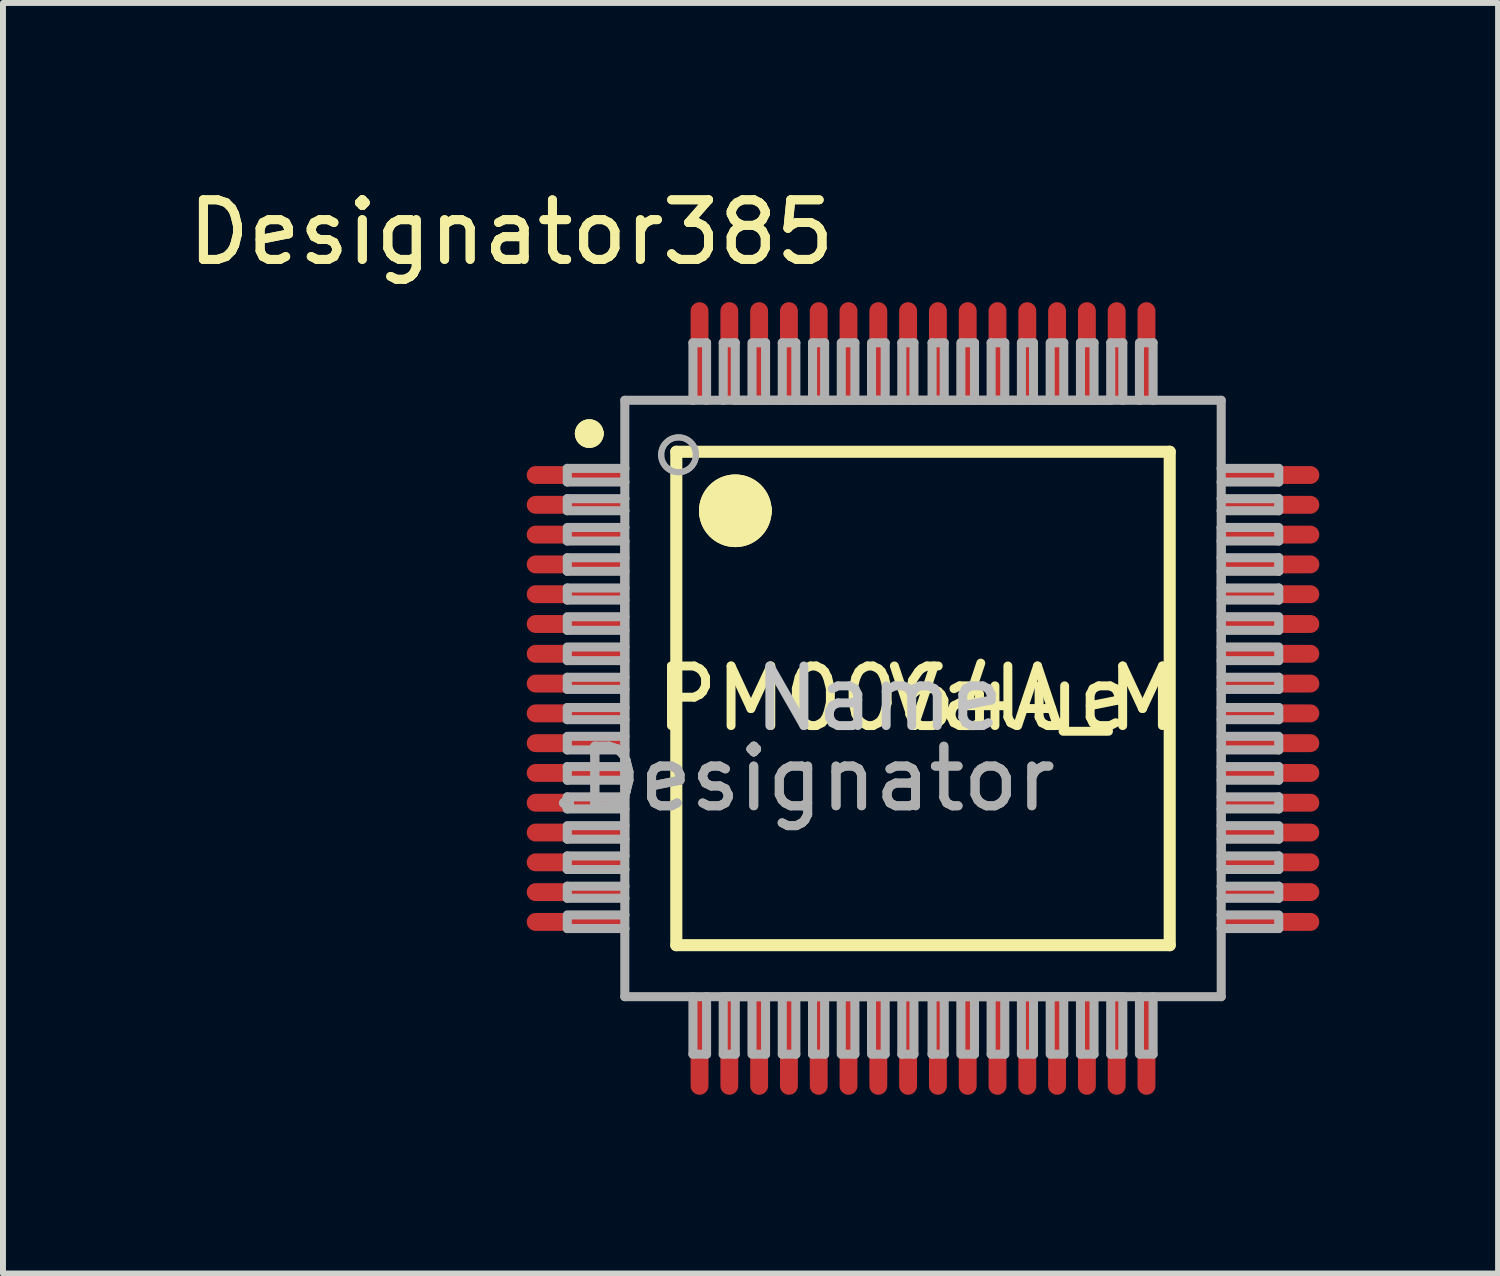
<source format=kicad_pcb>
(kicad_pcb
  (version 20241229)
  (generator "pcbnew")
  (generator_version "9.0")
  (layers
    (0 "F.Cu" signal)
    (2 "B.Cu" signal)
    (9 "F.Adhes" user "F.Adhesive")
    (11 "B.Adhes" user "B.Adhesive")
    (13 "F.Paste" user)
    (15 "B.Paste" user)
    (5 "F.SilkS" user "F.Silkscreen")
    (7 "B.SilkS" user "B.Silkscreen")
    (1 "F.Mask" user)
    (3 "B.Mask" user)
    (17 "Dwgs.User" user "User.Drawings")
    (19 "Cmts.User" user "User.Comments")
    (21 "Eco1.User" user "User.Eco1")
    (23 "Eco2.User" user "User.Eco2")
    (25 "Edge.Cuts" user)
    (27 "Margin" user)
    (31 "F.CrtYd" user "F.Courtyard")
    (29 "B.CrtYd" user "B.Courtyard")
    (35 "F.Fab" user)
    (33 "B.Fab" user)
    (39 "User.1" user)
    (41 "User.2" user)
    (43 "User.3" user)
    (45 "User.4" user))
  (footprint "PM0064A_M"
    (layer "F.Cu")
    (at 12.439 8.671)
    (property "Reference" "PM0064A_M" (at -0.102 0 0) (layer "F.SilkS") (effects (font (size 1 1) (thickness 0.15))))
    (attr smd)
    (fp_line (start -4.14 -4.14) (end 4.14 -4.14) (stroke (width 0.203) (type solid)) (layer "F.SilkS"))
    (fp_line (start -4.14 4.14) (end -4.14 -4.14) (stroke (width 0.203) (type solid)) (layer "F.SilkS"))
    (fp_line (start -4.14 4.14) (end 4.14 4.14) (stroke (width 0.203) (type solid)) (layer "F.SilkS"))
    (fp_line (start 4.14 4.14) (end 4.14 -4.14) (stroke (width 0.203) (type solid)) (layer "F.SilkS"))
    (fp_arc (start -5.715 -4.445) (mid -5.6007 -4.5593) (end -5.4864 -4.445) (stroke (width 0.254) (type solid)) (layer "F.SilkS"))
    (fp_arc (start -5.715 -4.445) (mid -5.6007 -4.5593) (end -5.4864 -4.445) (stroke (width 0.254) (type solid)) (layer "F.SilkS"))
    (fp_arc (start -5.4864 -4.445) (mid -5.6007 -4.3307) (end -5.715 -4.445) (stroke (width 0.254) (type solid)) (layer "F.SilkS"))
    (fp_arc (start -5.4864 -4.445) (mid -5.6007 -4.3307) (end -5.715 -4.445) (stroke (width 0.254) (type solid)) (layer "F.SilkS"))
    (fp_arc (start -3.4544 -3.1496) (mid -3.1496 -3.4544) (end -2.8448 -3.1496) (stroke (width 0.6096) (type solid)) (layer "F.SilkS"))
    (fp_arc (start -3.4544 -3.1496) (mid -3.1496 -3.4544) (end -2.8448 -3.1496) (stroke (width 0.6096) (type solid)) (layer "F.SilkS"))
    (fp_arc (start -2.8448 -3.1496) (mid -3.1496 -2.8448) (end -3.4544 -3.1496) (stroke (width 0.6096) (type solid)) (layer "F.SilkS"))
    (fp_arc (start -2.8448 -3.1496) (mid -3.1496 -2.8448) (end -3.4544 -3.1496) (stroke (width 0.6096) (type solid)) (layer "F.SilkS"))
    (fp_line (start -5.969 -3.861) (end -5.004 -3.861) (stroke (width 0.152) (type solid)) (layer "F.Fab"))
    (fp_line (start -5.969 -3.632) (end -5.969 -3.861) (stroke (width 0.152) (type solid)) (layer "F.Fab"))
    (fp_line (start -5.969 -3.632) (end -5.004 -3.632) (stroke (width 0.152) (type solid)) (layer "F.Fab"))
    (fp_line (start -5.969 -3.353) (end -5.004 -3.353) (stroke (width 0.152) (type solid)) (layer "F.Fab"))
    (fp_line (start -5.969 -3.15) (end -5.969 -3.353) (stroke (width 0.152) (type solid)) (layer "F.Fab"))
    (fp_line (start -5.969 -3.15) (end -5.004 -3.15) (stroke (width 0.152) (type solid)) (layer "F.Fab"))
    (fp_line (start -5.969 -2.87) (end -5.004 -2.87) (stroke (width 0.152) (type solid)) (layer "F.Fab"))
    (fp_line (start -5.969 -2.642) (end -5.969 -2.845) (stroke (width 0.152) (type solid)) (layer "F.Fab"))
    (fp_line (start -5.969 -2.642) (end -5.004 -2.642) (stroke (width 0.152) (type solid)) (layer "F.Fab"))
    (fp_line (start -5.969 -2.362) (end -5.004 -2.362) (stroke (width 0.152) (type solid)) (layer "F.Fab"))
    (fp_line (start -5.969 -2.134) (end -5.969 -2.362) (stroke (width 0.152) (type solid)) (layer "F.Fab"))
    (fp_line (start -5.969 -2.134) (end -5.004 -2.134) (stroke (width 0.152) (type solid)) (layer "F.Fab"))
    (fp_line (start -5.969 -1.854) (end -5.004 -1.854) (stroke (width 0.152) (type solid)) (layer "F.Fab"))
    (fp_line (start -5.969 -1.651) (end -5.969 -1.854) (stroke (width 0.152) (type solid)) (layer "F.Fab"))
    (fp_line (start -5.969 -1.651) (end -5.004 -1.651) (stroke (width 0.152) (type solid)) (layer "F.Fab"))
    (fp_line (start -5.969 -1.372) (end -5.004 -1.372) (stroke (width 0.152) (type solid)) (layer "F.Fab"))
    (fp_line (start -5.969 -1.143) (end -5.969 -1.346) (stroke (width 0.152) (type solid)) (layer "F.Fab"))
    (fp_line (start -5.969 -1.143) (end -5.004 -1.143) (stroke (width 0.152) (type solid)) (layer "F.Fab"))
    (fp_line (start -5.969 -0.864) (end -5.004 -0.864) (stroke (width 0.152) (type solid)) (layer "F.Fab"))
    (fp_line (start -5.969 -0.635) (end -5.969 -0.838) (stroke (width 0.152) (type solid)) (layer "F.Fab"))
    (fp_line (start -5.969 -0.635) (end -5.004 -0.635) (stroke (width 0.152) (type solid)) (layer "F.Fab"))
    (fp_line (start -5.969 -0.356) (end -5.004 -0.356) (stroke (width 0.152) (type solid)) (layer "F.Fab"))
    (fp_line (start -5.969 -0.152) (end -5.969 -0.356) (stroke (width 0.152) (type solid)) (layer "F.Fab"))
    (fp_line (start -5.969 -0.152) (end -5.004 -0.152) (stroke (width 0.152) (type solid)) (layer "F.Fab"))
    (fp_line (start -5.969 0.152) (end -5.004 0.152) (stroke (width 0.152) (type solid)) (layer "F.Fab"))
    (fp_line (start -5.969 0.356) (end -5.969 0.152) (stroke (width 0.152) (type solid)) (layer "F.Fab"))
    (fp_line (start -5.969 0.356) (end -5.004 0.356) (stroke (width 0.152) (type solid)) (layer "F.Fab"))
    (fp_line (start -5.969 0.635) (end -5.004 0.635) (stroke (width 0.152) (type solid)) (layer "F.Fab"))
    (fp_line (start -5.969 0.864) (end -5.969 0.66) (stroke (width 0.152) (type solid)) (layer "F.Fab"))
    (fp_line (start -5.969 0.864) (end -5.004 0.864) (stroke (width 0.152) (type solid)) (layer "F.Fab"))
    (fp_line (start -5.969 1.143) (end -5.004 1.143) (stroke (width 0.152) (type solid)) (layer "F.Fab"))
    (fp_line (start -5.969 1.372) (end -5.969 1.143) (stroke (width 0.152) (type solid)) (layer "F.Fab"))
    (fp_line (start -5.969 1.372) (end -5.004 1.372) (stroke (width 0.152) (type solid)) (layer "F.Fab"))
    (fp_line (start -5.969 1.651) (end -5.004 1.651) (stroke (width 0.152) (type solid)) (layer "F.Fab"))
    (fp_line (start -5.969 1.854) (end -5.969 1.651) (stroke (width 0.152) (type solid)) (layer "F.Fab"))
    (fp_line (start -5.969 1.854) (end -5.004 1.854) (stroke (width 0.152) (type solid)) (layer "F.Fab"))
    (fp_line (start -5.969 2.134) (end -5.004 2.134) (stroke (width 0.152) (type solid)) (layer "F.Fab"))
    (fp_line (start -5.969 2.362) (end -5.969 2.159) (stroke (width 0.152) (type solid)) (layer "F.Fab"))
    (fp_line (start -5.969 2.362) (end -5.004 2.362) (stroke (width 0.152) (type solid)) (layer "F.Fab"))
    (fp_line (start -5.969 2.642) (end -5.004 2.642) (stroke (width 0.152) (type solid)) (layer "F.Fab"))
    (fp_line (start -5.969 2.87) (end -5.969 2.642) (stroke (width 0.152) (type solid)) (layer "F.Fab"))
    (fp_line (start -5.969 2.87) (end -5.004 2.87) (stroke (width 0.152) (type solid)) (layer "F.Fab"))
    (fp_line (start -5.969 3.15) (end -5.004 3.15) (stroke (width 0.152) (type solid)) (layer "F.Fab"))
    (fp_line (start -5.969 3.353) (end -5.969 3.15) (stroke (width 0.152) (type solid)) (layer "F.Fab"))
    (fp_line (start -5.969 3.353) (end -5.004 3.353) (stroke (width 0.152) (type solid)) (layer "F.Fab"))
    (fp_line (start -5.969 3.632) (end -5.004 3.632) (stroke (width 0.152) (type solid)) (layer "F.Fab"))
    (fp_line (start -5.969 3.861) (end -5.969 3.658) (stroke (width 0.152) (type solid)) (layer "F.Fab"))
    (fp_line (start -5.969 3.861) (end -5.004 3.861) (stroke (width 0.152) (type solid)) (layer "F.Fab"))
    (fp_line (start -5.004 -5.004) (end -3.861 -5.004) (stroke (width 0.152) (type solid)) (layer "F.Fab"))
    (fp_line (start -5.004 -3.861) (end -5.004 -5.004) (stroke (width 0.152) (type solid)) (layer "F.Fab"))
    (fp_line (start -5.004 -3.632) (end -5.004 -3.861) (stroke (width 0.152) (type solid)) (layer "F.Fab"))
    (fp_line (start -5.004 -3.353) (end -5.004 -3.632) (stroke (width 0.152) (type solid)) (layer "F.Fab"))
    (fp_line (start -5.004 -3.15) (end -5.004 -3.353) (stroke (width 0.152) (type solid)) (layer "F.Fab"))
    (fp_line (start -5.004 -2.87) (end -5.004 -3.15) (stroke (width 0.152) (type solid)) (layer "F.Fab"))
    (fp_line (start -5.004 -2.642) (end -5.004 -2.87) (stroke (width 0.152) (type solid)) (layer "F.Fab"))
    (fp_line (start -5.004 -2.362) (end -5.004 -2.642) (stroke (width 0.152) (type solid)) (layer "F.Fab"))
    (fp_line (start -5.004 -2.134) (end -5.004 -2.362) (stroke (width 0.152) (type solid)) (layer "F.Fab"))
    (fp_line (start -5.004 -1.854) (end -5.004 -2.134) (stroke (width 0.152) (type solid)) (layer "F.Fab"))
    (fp_line (start -5.004 -1.651) (end -5.004 -1.854) (stroke (width 0.152) (type solid)) (layer "F.Fab"))
    (fp_line (start -5.004 -1.372) (end -5.004 -1.651) (stroke (width 0.152) (type solid)) (layer "F.Fab"))
    (fp_line (start -5.004 -1.143) (end -5.004 -1.372) (stroke (width 0.152) (type solid)) (layer "F.Fab"))
    (fp_line (start -5.004 -0.864) (end -5.004 -1.143) (stroke (width 0.152) (type solid)) (layer "F.Fab"))
    (fp_line (start -5.004 -0.635) (end -5.004 -0.864) (stroke (width 0.152) (type solid)) (layer "F.Fab"))
    (fp_line (start -5.004 -0.356) (end -5.004 -0.635) (stroke (width 0.152) (type solid)) (layer "F.Fab"))
    (fp_line (start -5.004 -0.152) (end -5.004 -0.356) (stroke (width 0.152) (type solid)) (layer "F.Fab"))
    (fp_line (start -5.004 0.152) (end -5.004 -0.152) (stroke (width 0.152) (type solid)) (layer "F.Fab"))
    (fp_line (start -5.004 0.356) (end -5.004 0.152) (stroke (width 0.152) (type solid)) (layer "F.Fab"))
    (fp_line (start -5.004 0.635) (end -5.004 0.356) (stroke (width 0.152) (type solid)) (layer "F.Fab"))
    (fp_line (start -5.004 0.864) (end -5.004 0.635) (stroke (width 0.152) (type solid)) (layer "F.Fab"))
    (fp_line (start -5.004 1.143) (end -5.004 0.864) (stroke (width 0.152) (type solid)) (layer "F.Fab"))
    (fp_line (start -5.004 1.372) (end -5.004 1.143) (stroke (width 0.152) (type solid)) (layer "F.Fab"))
    (fp_line (start -5.004 1.651) (end -5.004 1.372) (stroke (width 0.152) (type solid)) (layer "F.Fab"))
    (fp_line (start -5.004 1.854) (end -5.004 1.651) (stroke (width 0.152) (type solid)) (layer "F.Fab"))
    (fp_line (start -5.004 2.134) (end -5.004 1.854) (stroke (width 0.152) (type solid)) (layer "F.Fab"))
    (fp_line (start -5.004 2.362) (end -5.004 2.134) (stroke (width 0.152) (type solid)) (layer "F.Fab"))
    (fp_line (start -5.004 2.642) (end -5.004 -2.642) (stroke (width 0.152) (type solid)) (layer "F.Fab"))
    (fp_line (start -5.004 2.642) (end -5.004 2.362) (stroke (width 0.152) (type solid)) (layer "F.Fab"))
    (fp_line (start -5.004 2.87) (end -5.004 2.642) (stroke (width 0.152) (type solid)) (layer "F.Fab"))
    (fp_line (start -5.004 3.15) (end -5.004 2.87) (stroke (width 0.152) (type solid)) (layer "F.Fab"))
    (fp_line (start -5.004 3.353) (end -5.004 3.15) (stroke (width 0.152) (type solid)) (layer "F.Fab"))
    (fp_line (start -5.004 3.632) (end -5.004 3.353) (stroke (width 0.152) (type solid)) (layer "F.Fab"))
    (fp_line (start -5.004 3.861) (end -5.004 3.632) (stroke (width 0.152) (type solid)) (layer "F.Fab"))
    (fp_line (start -5.004 5.004) (end -5.004 3.861) (stroke (width 0.152) (type solid)) (layer "F.Fab"))
    (fp_line (start -5.004 5.004) (end -3.861 5.004) (stroke (width 0.152) (type solid)) (layer "F.Fab"))
    (fp_line (start -3.861 -5.969) (end -3.632 -5.969) (stroke (width 0.152) (type solid)) (layer "F.Fab"))
    (fp_line (start -3.861 -5.004) (end -3.861 -5.969) (stroke (width 0.152) (type solid)) (layer "F.Fab"))
    (fp_line (start -3.861 -5.004) (end -3.632 -5.004) (stroke (width 0.152) (type solid)) (layer "F.Fab"))
    (fp_line (start -3.861 5.004) (end -3.632 5.004) (stroke (width 0.152) (type solid)) (layer "F.Fab"))
    (fp_line (start -3.861 5.969) (end -3.861 5.004) (stroke (width 0.152) (type solid)) (layer "F.Fab"))
    (fp_line (start -3.861 5.969) (end -3.632 5.969) (stroke (width 0.152) (type solid)) (layer "F.Fab"))
    (fp_line (start -3.632 -5.004) (end -3.632 -5.969) (stroke (width 0.152) (type solid)) (layer "F.Fab"))
    (fp_line (start -3.632 -5.004) (end -3.353 -5.004) (stroke (width 0.152) (type solid)) (layer "F.Fab"))
    (fp_line (start -3.632 5.004) (end -3.353 5.004) (stroke (width 0.152) (type solid)) (layer "F.Fab"))
    (fp_line (start -3.632 5.969) (end -3.632 5.004) (stroke (width 0.152) (type solid)) (layer "F.Fab"))
    (fp_line (start -3.353 -5.969) (end -3.15 -5.969) (stroke (width 0.152) (type solid)) (layer "F.Fab"))
    (fp_line (start -3.353 -5.004) (end -3.353 -5.969) (stroke (width 0.152) (type solid)) (layer "F.Fab"))
    (fp_line (start -3.353 -5.004) (end -3.15 -5.004) (stroke (width 0.152) (type solid)) (layer "F.Fab"))
    (fp_line (start -3.353 5.004) (end -3.15 5.004) (stroke (width 0.152) (type solid)) (layer "F.Fab"))
    (fp_line (start -3.353 5.004) (end 3.353 5.004) (stroke (width 0.152) (type solid)) (layer "F.Fab"))
    (fp_line (start -3.353 5.969) (end -3.353 5.004) (stroke (width 0.152) (type solid)) (layer "F.Fab"))
    (fp_line (start -3.353 5.969) (end -3.15 5.969) (stroke (width 0.152) (type solid)) (layer "F.Fab"))
    (fp_line (start -3.15 -5.004) (end -3.15 -5.969) (stroke (width 0.152) (type solid)) (layer "F.Fab"))
    (fp_line (start -3.15 -5.004) (end -2.87 -5.004) (stroke (width 0.152) (type solid)) (layer "F.Fab"))
    (fp_line (start -3.15 -5.004) (end 3.15 -5.004) (stroke (width 0.152) (type solid)) (layer "F.Fab"))
    (fp_line (start -3.15 5.004) (end -2.87 5.004) (stroke (width 0.152) (type solid)) (layer "F.Fab"))
    (fp_line (start -3.15 5.969) (end -3.15 5.004) (stroke (width 0.152) (type solid)) (layer "F.Fab"))
    (fp_line (start -2.87 -5.004) (end -2.87 -5.969) (stroke (width 0.152) (type solid)) (layer "F.Fab"))
    (fp_line (start -2.87 -5.004) (end -2.642 -5.004) (stroke (width 0.152) (type solid)) (layer "F.Fab"))
    (fp_line (start -2.87 5.004) (end -2.642 5.004) (stroke (width 0.152) (type solid)) (layer "F.Fab"))
    (fp_line (start -2.87 5.969) (end -2.87 5.004) (stroke (width 0.152) (type solid)) (layer "F.Fab"))
    (fp_line (start -2.845 -5.969) (end -2.642 -5.969) (stroke (width 0.152) (type solid)) (layer "F.Fab"))
    (fp_line (start -2.845 5.969) (end -2.642 5.969) (stroke (width 0.152) (type solid)) (layer "F.Fab"))
    (fp_line (start -2.642 -5.004) (end -2.642 -5.969) (stroke (width 0.152) (type solid)) (layer "F.Fab"))
    (fp_line (start -2.642 -5.004) (end -2.362 -5.004) (stroke (width 0.152) (type solid)) (layer "F.Fab"))
    (fp_line (start -2.642 5.004) (end -2.362 5.004) (stroke (width 0.152) (type solid)) (layer "F.Fab"))
    (fp_line (start -2.642 5.969) (end -2.642 5.004) (stroke (width 0.152) (type solid)) (layer "F.Fab"))
    (fp_line (start -2.362 -5.969) (end -2.134 -5.969) (stroke (width 0.152) (type solid)) (layer "F.Fab"))
    (fp_line (start -2.362 -5.004) (end -2.362 -5.969) (stroke (width 0.152) (type solid)) (layer "F.Fab"))
    (fp_line (start -2.362 -5.004) (end -2.134 -5.004) (stroke (width 0.152) (type solid)) (layer "F.Fab"))
    (fp_line (start -2.362 5.004) (end -2.134 5.004) (stroke (width 0.152) (type solid)) (layer "F.Fab"))
    (fp_line (start -2.362 5.969) (end -2.362 5.004) (stroke (width 0.152) (type solid)) (layer "F.Fab"))
    (fp_line (start -2.362 5.969) (end -2.134 5.969) (stroke (width 0.152) (type solid)) (layer "F.Fab"))
    (fp_line (start -2.134 -5.004) (end -2.134 -5.969) (stroke (width 0.152) (type solid)) (layer "F.Fab"))
    (fp_line (start -2.134 -5.004) (end -1.854 -5.004) (stroke (width 0.152) (type solid)) (layer "F.Fab"))
    (fp_line (start -2.134 5.004) (end -1.854 5.004) (stroke (width 0.152) (type solid)) (layer "F.Fab"))
    (fp_line (start -2.134 5.969) (end -2.134 5.004) (stroke (width 0.152) (type solid)) (layer "F.Fab"))
    (fp_line (start -1.854 -5.969) (end -1.651 -5.969) (stroke (width 0.152) (type solid)) (layer "F.Fab"))
    (fp_line (start -1.854 -5.004) (end -1.854 -5.969) (stroke (width 0.152) (type solid)) (layer "F.Fab"))
    (fp_line (start -1.854 -5.004) (end -1.651 -5.004) (stroke (width 0.152) (type solid)) (layer "F.Fab"))
    (fp_line (start -1.854 5.004) (end -1.651 5.004) (stroke (width 0.152) (type solid)) (layer "F.Fab"))
    (fp_line (start -1.854 5.969) (end -1.854 5.004) (stroke (width 0.152) (type solid)) (layer "F.Fab"))
    (fp_line (start -1.854 5.969) (end -1.651 5.969) (stroke (width 0.152) (type solid)) (layer "F.Fab"))
    (fp_line (start -1.651 -5.004) (end -1.651 -5.969) (stroke (width 0.152) (type solid)) (layer "F.Fab"))
    (fp_line (start -1.651 -5.004) (end -1.372 -5.004) (stroke (width 0.152) (type solid)) (layer "F.Fab"))
    (fp_line (start -1.651 5.004) (end -1.372 5.004) (stroke (width 0.152) (type solid)) (layer "F.Fab"))
    (fp_line (start -1.651 5.969) (end -1.651 5.004) (stroke (width 0.152) (type solid)) (layer "F.Fab"))
    (fp_line (start -1.372 -5.004) (end -1.372 -5.969) (stroke (width 0.152) (type solid)) (layer "F.Fab"))
    (fp_line (start -1.372 -5.004) (end -1.143 -5.004) (stroke (width 0.152) (type solid)) (layer "F.Fab"))
    (fp_line (start -1.372 5.004) (end -1.143 5.004) (stroke (width 0.152) (type solid)) (layer "F.Fab"))
    (fp_line (start -1.372 5.969) (end -1.372 5.004) (stroke (width 0.152) (type solid)) (layer "F.Fab"))
    (fp_line (start -1.346 -5.969) (end -1.143 -5.969) (stroke (width 0.152) (type solid)) (layer "F.Fab"))
    (fp_line (start -1.346 5.969) (end -1.143 5.969) (stroke (width 0.152) (type solid)) (layer "F.Fab"))
    (fp_line (start -1.143 -5.004) (end -1.143 -5.969) (stroke (width 0.152) (type solid)) (layer "F.Fab"))
    (fp_line (start -1.143 -5.004) (end -0.864 -5.004) (stroke (width 0.152) (type solid)) (layer "F.Fab"))
    (fp_line (start -1.143 5.004) (end -0.864 5.004) (stroke (width 0.152) (type solid)) (layer "F.Fab"))
    (fp_line (start -1.143 5.969) (end -1.143 5.004) (stroke (width 0.152) (type solid)) (layer "F.Fab"))
    (fp_line (start -0.864 -5.004) (end -0.864 -5.969) (stroke (width 0.152) (type solid)) (layer "F.Fab"))
    (fp_line (start -0.864 -5.004) (end -0.635 -5.004) (stroke (width 0.152) (type solid)) (layer "F.Fab"))
    (fp_line (start -0.864 5.004) (end -0.635 5.004) (stroke (width 0.152) (type solid)) (layer "F.Fab"))
    (fp_line (start -0.864 5.969) (end -0.864 5.004) (stroke (width 0.152) (type solid)) (layer "F.Fab"))
    (fp_line (start -0.838 -5.969) (end -0.635 -5.969) (stroke (width 0.152) (type solid)) (layer "F.Fab"))
    (fp_line (start -0.838 5.969) (end -0.635 5.969) (stroke (width 0.152) (type solid)) (layer "F.Fab"))
    (fp_line (start -0.635 -5.004) (end -0.635 -5.969) (stroke (width 0.152) (type solid)) (layer "F.Fab"))
    (fp_line (start -0.635 -5.004) (end -0.356 -5.004) (stroke (width 0.152) (type solid)) (layer "F.Fab"))
    (fp_line (start -0.635 5.004) (end -0.356 5.004) (stroke (width 0.152) (type solid)) (layer "F.Fab"))
    (fp_line (start -0.635 5.969) (end -0.635 5.004) (stroke (width 0.152) (type solid)) (layer "F.Fab"))
    (fp_line (start -0.356 -5.969) (end -0.152 -5.969) (stroke (width 0.152) (type solid)) (layer "F.Fab"))
    (fp_line (start -0.356 -5.004) (end -0.356 -5.969) (stroke (width 0.152) (type solid)) (layer "F.Fab"))
    (fp_line (start -0.356 -5.004) (end -0.152 -5.004) (stroke (width 0.152) (type solid)) (layer "F.Fab"))
    (fp_line (start -0.356 5.004) (end -0.152 5.004) (stroke (width 0.152) (type solid)) (layer "F.Fab"))
    (fp_line (start -0.356 5.969) (end -0.356 5.004) (stroke (width 0.152) (type solid)) (layer "F.Fab"))
    (fp_line (start -0.356 5.969) (end -0.152 5.969) (stroke (width 0.152) (type solid)) (layer "F.Fab"))
    (fp_line (start -0.152 -5.004) (end -0.152 -5.969) (stroke (width 0.152) (type solid)) (layer "F.Fab"))
    (fp_line (start -0.152 -5.004) (end 0.152 -5.004) (stroke (width 0.152) (type solid)) (layer "F.Fab"))
    (fp_line (start -0.152 5.004) (end 0.152 5.004) (stroke (width 0.152) (type solid)) (layer "F.Fab"))
    (fp_line (start -0.152 5.969) (end -0.152 5.004) (stroke (width 0.152) (type solid)) (layer "F.Fab"))
    (fp_line (start 0.152 -5.969) (end 0.356 -5.969) (stroke (width 0.152) (type solid)) (layer "F.Fab"))
    (fp_line (start 0.152 -5.004) (end 0.152 -5.969) (stroke (width 0.152) (type solid)) (layer "F.Fab"))
    (fp_line (start 0.152 -5.004) (end 0.356 -5.004) (stroke (width 0.152) (type solid)) (layer "F.Fab"))
    (fp_line (start 0.152 5.004) (end 0.356 5.004) (stroke (width 0.152) (type solid)) (layer "F.Fab"))
    (fp_line (start 0.152 5.969) (end 0.152 5.004) (stroke (width 0.152) (type solid)) (layer "F.Fab"))
    (fp_line (start 0.152 5.969) (end 0.356 5.969) (stroke (width 0.152) (type solid)) (layer "F.Fab"))
    (fp_line (start 0.356 -5.004) (end 0.356 -5.969) (stroke (width 0.152) (type solid)) (layer "F.Fab"))
    (fp_line (start 0.356 -5.004) (end 0.635 -5.004) (stroke (width 0.152) (type solid)) (layer "F.Fab"))
    (fp_line (start 0.356 5.004) (end 0.635 5.004) (stroke (width 0.152) (type solid)) (layer "F.Fab"))
    (fp_line (start 0.356 5.969) (end 0.356 5.004) (stroke (width 0.152) (type solid)) (layer "F.Fab"))
    (fp_line (start 0.635 -5.004) (end 0.635 -5.969) (stroke (width 0.152) (type solid)) (layer "F.Fab"))
    (fp_line (start 0.635 -5.004) (end 0.864 -5.004) (stroke (width 0.152) (type solid)) (layer "F.Fab"))
    (fp_line (start 0.635 5.004) (end 0.864 5.004) (stroke (width 0.152) (type solid)) (layer "F.Fab"))
    (fp_line (start 0.635 5.969) (end 0.635 5.004) (stroke (width 0.152) (type solid)) (layer "F.Fab"))
    (fp_line (start 0.66 -5.969) (end 0.864 -5.969) (stroke (width 0.152) (type solid)) (layer "F.Fab"))
    (fp_line (start 0.66 5.969) (end 0.864 5.969) (stroke (width 0.152) (type solid)) (layer "F.Fab"))
    (fp_line (start 0.864 -5.004) (end 0.864 -5.969) (stroke (width 0.152) (type solid)) (layer "F.Fab"))
    (fp_line (start 0.864 -5.004) (end 1.143 -5.004) (stroke (width 0.152) (type solid)) (layer "F.Fab"))
    (fp_line (start 0.864 5.004) (end 1.143 5.004) (stroke (width 0.152) (type solid)) (layer "F.Fab"))
    (fp_line (start 0.864 5.969) (end 0.864 5.004) (stroke (width 0.152) (type solid)) (layer "F.Fab"))
    (fp_line (start 1.143 -5.969) (end 1.372 -5.969) (stroke (width 0.152) (type solid)) (layer "F.Fab"))
    (fp_line (start 1.143 -5.004) (end 1.143 -5.969) (stroke (width 0.152) (type solid)) (layer "F.Fab"))
    (fp_line (start 1.143 -5.004) (end 1.372 -5.004) (stroke (width 0.152) (type solid)) (layer "F.Fab"))
    (fp_line (start 1.143 5.004) (end 1.372 5.004) (stroke (width 0.152) (type solid)) (layer "F.Fab"))
    (fp_line (start 1.143 5.969) (end 1.143 5.004) (stroke (width 0.152) (type solid)) (layer "F.Fab"))
    (fp_line (start 1.143 5.969) (end 1.372 5.969) (stroke (width 0.152) (type solid)) (layer "F.Fab"))
    (fp_line (start 1.372 -5.004) (end 1.372 -5.969) (stroke (width 0.152) (type solid)) (layer "F.Fab"))
    (fp_line (start 1.372 -5.004) (end 1.651 -5.004) (stroke (width 0.152) (type solid)) (layer "F.Fab"))
    (fp_line (start 1.372 5.004) (end 1.651 5.004) (stroke (width 0.152) (type solid)) (layer "F.Fab"))
    (fp_line (start 1.372 5.969) (end 1.372 5.004) (stroke (width 0.152) (type solid)) (layer "F.Fab"))
    (fp_line (start 1.651 -5.969) (end 1.854 -5.969) (stroke (width 0.152) (type solid)) (layer "F.Fab"))
    (fp_line (start 1.651 -5.004) (end 1.651 -5.969) (stroke (width 0.152) (type solid)) (layer "F.Fab"))
    (fp_line (start 1.651 -5.004) (end 1.854 -5.004) (stroke (width 0.152) (type solid)) (layer "F.Fab"))
    (fp_line (start 1.651 5.004) (end 1.854 5.004) (stroke (width 0.152) (type solid)) (layer "F.Fab"))
    (fp_line (start 1.651 5.969) (end 1.651 5.004) (stroke (width 0.152) (type solid)) (layer "F.Fab"))
    (fp_line (start 1.651 5.969) (end 1.854 5.969) (stroke (width 0.152) (type solid)) (layer "F.Fab"))
    (fp_line (start 1.854 -5.004) (end 1.854 -5.969) (stroke (width 0.152) (type solid)) (layer "F.Fab"))
    (fp_line (start 1.854 -5.004) (end 2.134 -5.004) (stroke (width 0.152) (type solid)) (layer "F.Fab"))
    (fp_line (start 1.854 5.004) (end 2.134 5.004) (stroke (width 0.152) (type solid)) (layer "F.Fab"))
    (fp_line (start 1.854 5.969) (end 1.854 5.004) (stroke (width 0.152) (type solid)) (layer "F.Fab"))
    (fp_line (start 2.134 -5.004) (end 2.134 -5.969) (stroke (width 0.152) (type solid)) (layer "F.Fab"))
    (fp_line (start 2.134 -5.004) (end 2.362 -5.004) (stroke (width 0.152) (type solid)) (layer "F.Fab"))
    (fp_line (start 2.134 5.004) (end 2.362 5.004) (stroke (width 0.152) (type solid)) (layer "F.Fab"))
    (fp_line (start 2.134 5.969) (end 2.134 5.004) (stroke (width 0.152) (type solid)) (layer "F.Fab"))
    (fp_line (start 2.159 -5.969) (end 2.362 -5.969) (stroke (width 0.152) (type solid)) (layer "F.Fab"))
    (fp_line (start 2.159 5.969) (end 2.362 5.969) (stroke (width 0.152) (type solid)) (layer "F.Fab"))
    (fp_line (start 2.362 -5.004) (end 2.362 -5.969) (stroke (width 0.152) (type solid)) (layer "F.Fab"))
    (fp_line (start 2.362 -5.004) (end 2.642 -5.004) (stroke (width 0.152) (type solid)) (layer "F.Fab"))
    (fp_line (start 2.362 5.004) (end 2.642 5.004) (stroke (width 0.152) (type solid)) (layer "F.Fab"))
    (fp_line (start 2.362 5.969) (end 2.362 5.004) (stroke (width 0.152) (type solid)) (layer "F.Fab"))
    (fp_line (start 2.642 -5.969) (end 2.87 -5.969) (stroke (width 0.152) (type solid)) (layer "F.Fab"))
    (fp_line (start 2.642 -5.004) (end 2.642 -5.969) (stroke (width 0.152) (type solid)) (layer "F.Fab"))
    (fp_line (start 2.642 -5.004) (end 2.87 -5.004) (stroke (width 0.152) (type solid)) (layer "F.Fab"))
    (fp_line (start 2.642 5.004) (end 2.87 5.004) (stroke (width 0.152) (type solid)) (layer "F.Fab"))
    (fp_line (start 2.642 5.969) (end 2.642 5.004) (stroke (width 0.152) (type solid)) (layer "F.Fab"))
    (fp_line (start 2.642 5.969) (end 2.87 5.969) (stroke (width 0.152) (type solid)) (layer "F.Fab"))
    (fp_line (start 2.87 -5.004) (end 2.87 -5.969) (stroke (width 0.152) (type solid)) (layer "F.Fab"))
    (fp_line (start 2.87 -5.004) (end 3.15 -5.004) (stroke (width 0.152) (type solid)) (layer "F.Fab"))
    (fp_line (start 2.87 5.004) (end 3.15 5.004) (stroke (width 0.152) (type solid)) (layer "F.Fab"))
    (fp_line (start 2.87 5.969) (end 2.87 5.004) (stroke (width 0.152) (type solid)) (layer "F.Fab"))
    (fp_line (start 3.15 -5.969) (end 3.353 -5.969) (stroke (width 0.152) (type solid)) (layer "F.Fab"))
    (fp_line (start 3.15 -5.004) (end 3.15 -5.969) (stroke (width 0.152) (type solid)) (layer "F.Fab"))
    (fp_line (start 3.15 -5.004) (end 3.353 -5.004) (stroke (width 0.152) (type solid)) (layer "F.Fab"))
    (fp_line (start 3.15 5.004) (end 3.353 5.004) (stroke (width 0.152) (type solid)) (layer "F.Fab"))
    (fp_line (start 3.15 5.969) (end 3.15 5.004) (stroke (width 0.152) (type solid)) (layer "F.Fab"))
    (fp_line (start 3.15 5.969) (end 3.353 5.969) (stroke (width 0.152) (type solid)) (layer "F.Fab"))
    (fp_line (start 3.353 -5.004) (end 3.353 -5.969) (stroke (width 0.152) (type solid)) (layer "F.Fab"))
    (fp_line (start 3.353 -5.004) (end 3.632 -5.004) (stroke (width 0.152) (type solid)) (layer "F.Fab"))
    (fp_line (start 3.353 5.004) (end 3.632 5.004) (stroke (width 0.152) (type solid)) (layer "F.Fab"))
    (fp_line (start 3.353 5.969) (end 3.353 5.004) (stroke (width 0.152) (type solid)) (layer "F.Fab"))
    (fp_line (start 3.632 -5.004) (end 3.632 -5.969) (stroke (width 0.152) (type solid)) (layer "F.Fab"))
    (fp_line (start 3.632 -5.004) (end 3.861 -5.004) (stroke (width 0.152) (type solid)) (layer "F.Fab"))
    (fp_line (start 3.632 5.004) (end 3.861 5.004) (stroke (width 0.152) (type solid)) (layer "F.Fab"))
    (fp_line (start 3.632 5.969) (end 3.632 5.004) (stroke (width 0.152) (type solid)) (layer "F.Fab"))
    (fp_line (start 3.658 -5.969) (end 3.861 -5.969) (stroke (width 0.152) (type solid)) (layer "F.Fab"))
    (fp_line (start 3.658 5.969) (end 3.861 5.969) (stroke (width 0.152) (type solid)) (layer "F.Fab"))
    (fp_line (start 3.861 -5.004) (end 3.861 -5.969) (stroke (width 0.152) (type solid)) (layer "F.Fab"))
    (fp_line (start 3.861 -5.004) (end 5.004 -5.004) (stroke (width 0.152) (type solid)) (layer "F.Fab"))
    (fp_line (start 3.861 5.004) (end 5.004 5.004) (stroke (width 0.152) (type solid)) (layer "F.Fab"))
    (fp_line (start 3.861 5.969) (end 3.861 5.004) (stroke (width 0.152) (type solid)) (layer "F.Fab"))
    (fp_line (start 5.004 -3.861) (end 5.004 -5.004) (stroke (width 0.152) (type solid)) (layer "F.Fab"))
    (fp_line (start 5.004 -3.861) (end 5.969 -3.861) (stroke (width 0.152) (type solid)) (layer "F.Fab"))
    (fp_line (start 5.004 -3.632) (end 5.004 -3.861) (stroke (width 0.152) (type solid)) (layer "F.Fab"))
    (fp_line (start 5.004 -3.632) (end 5.969 -3.632) (stroke (width 0.152) (type solid)) (layer "F.Fab"))
    (fp_line (start 5.004 -3.353) (end 5.004 -3.632) (stroke (width 0.152) (type solid)) (layer "F.Fab"))
    (fp_line (start 5.004 -3.353) (end 5.969 -3.353) (stroke (width 0.152) (type solid)) (layer "F.Fab"))
    (fp_line (start 5.004 -3.15) (end 5.004 -3.353) (stroke (width 0.152) (type solid)) (layer "F.Fab"))
    (fp_line (start 5.004 -3.15) (end 5.969 -3.15) (stroke (width 0.152) (type solid)) (layer "F.Fab"))
    (fp_line (start 5.004 -2.87) (end 5.004 -3.15) (stroke (width 0.152) (type solid)) (layer "F.Fab"))
    (fp_line (start 5.004 -2.87) (end 5.969 -2.87) (stroke (width 0.152) (type solid)) (layer "F.Fab"))
    (fp_line (start 5.004 -2.642) (end 5.004 -2.87) (stroke (width 0.152) (type solid)) (layer "F.Fab"))
    (fp_line (start 5.004 -2.642) (end 5.969 -2.642) (stroke (width 0.152) (type solid)) (layer "F.Fab"))
    (fp_line (start 5.004 -2.362) (end 5.004 -2.642) (stroke (width 0.152) (type solid)) (layer "F.Fab"))
    (fp_line (start 5.004 -2.362) (end 5.969 -2.362) (stroke (width 0.152) (type solid)) (layer "F.Fab"))
    (fp_line (start 5.004 -2.134) (end 5.004 -2.362) (stroke (width 0.152) (type solid)) (layer "F.Fab"))
    (fp_line (start 5.004 -2.134) (end 5.969 -2.134) (stroke (width 0.152) (type solid)) (layer "F.Fab"))
    (fp_line (start 5.004 -1.854) (end 5.004 -2.134) (stroke (width 0.152) (type solid)) (layer "F.Fab"))
    (fp_line (start 5.004 -1.854) (end 5.969 -1.854) (stroke (width 0.152) (type solid)) (layer "F.Fab"))
    (fp_line (start 5.004 -1.651) (end 5.004 -1.854) (stroke (width 0.152) (type solid)) (layer "F.Fab"))
    (fp_line (start 5.004 -1.651) (end 5.969 -1.651) (stroke (width 0.152) (type solid)) (layer "F.Fab"))
    (fp_line (start 5.004 -1.372) (end 5.004 -1.651) (stroke (width 0.152) (type solid)) (layer "F.Fab"))
    (fp_line (start 5.004 -1.372) (end 5.969 -1.372) (stroke (width 0.152) (type solid)) (layer "F.Fab"))
    (fp_line (start 5.004 -1.143) (end 5.004 -1.372) (stroke (width 0.152) (type solid)) (layer "F.Fab"))
    (fp_line (start 5.004 -1.143) (end 5.969 -1.143) (stroke (width 0.152) (type solid)) (layer "F.Fab"))
    (fp_line (start 5.004 -0.864) (end 5.004 -1.143) (stroke (width 0.152) (type solid)) (layer "F.Fab"))
    (fp_line (start 5.004 -0.864) (end 5.969 -0.864) (stroke (width 0.152) (type solid)) (layer "F.Fab"))
    (fp_line (start 5.004 -0.635) (end 5.004 -0.864) (stroke (width 0.152) (type solid)) (layer "F.Fab"))
    (fp_line (start 5.004 -0.635) (end 5.969 -0.635) (stroke (width 0.152) (type solid)) (layer "F.Fab"))
    (fp_line (start 5.004 -0.356) (end 5.004 -0.635) (stroke (width 0.152) (type solid)) (layer "F.Fab"))
    (fp_line (start 5.004 -0.356) (end 5.969 -0.356) (stroke (width 0.152) (type solid)) (layer "F.Fab"))
    (fp_line (start 5.004 -0.152) (end 5.004 -0.356) (stroke (width 0.152) (type solid)) (layer "F.Fab"))
    (fp_line (start 5.004 -0.152) (end 5.969 -0.152) (stroke (width 0.152) (type solid)) (layer "F.Fab"))
    (fp_line (start 5.004 0.152) (end 5.004 -0.152) (stroke (width 0.152) (type solid)) (layer "F.Fab"))
    (fp_line (start 5.004 0.152) (end 5.969 0.152) (stroke (width 0.152) (type solid)) (layer "F.Fab"))
    (fp_line (start 5.004 0.356) (end 5.004 0.152) (stroke (width 0.152) (type solid)) (layer "F.Fab"))
    (fp_line (start 5.004 0.356) (end 5.969 0.356) (stroke (width 0.152) (type solid)) (layer "F.Fab"))
    (fp_line (start 5.004 0.635) (end 5.004 0.356) (stroke (width 0.152) (type solid)) (layer "F.Fab"))
    (fp_line (start 5.004 0.635) (end 5.969 0.635) (stroke (width 0.152) (type solid)) (layer "F.Fab"))
    (fp_line (start 5.004 0.864) (end 5.004 0.635) (stroke (width 0.152) (type solid)) (layer "F.Fab"))
    (fp_line (start 5.004 0.864) (end 5.969 0.864) (stroke (width 0.152) (type solid)) (layer "F.Fab"))
    (fp_line (start 5.004 1.143) (end 5.004 0.864) (stroke (width 0.152) (type solid)) (layer "F.Fab"))
    (fp_line (start 5.004 1.143) (end 5.969 1.143) (stroke (width 0.152) (type solid)) (layer "F.Fab"))
    (fp_line (start 5.004 1.372) (end 5.004 1.143) (stroke (width 0.152) (type solid)) (layer "F.Fab"))
    (fp_line (start 5.004 1.372) (end 5.969 1.372) (stroke (width 0.152) (type solid)) (layer "F.Fab"))
    (fp_line (start 5.004 1.651) (end 5.004 1.372) (stroke (width 0.152) (type solid)) (layer "F.Fab"))
    (fp_line (start 5.004 1.651) (end 5.969 1.651) (stroke (width 0.152) (type solid)) (layer "F.Fab"))
    (fp_line (start 5.004 1.854) (end 5.004 1.651) (stroke (width 0.152) (type solid)) (layer "F.Fab"))
    (fp_line (start 5.004 1.854) (end 5.969 1.854) (stroke (width 0.152) (type solid)) (layer "F.Fab"))
    (fp_line (start 5.004 2.134) (end 5.004 1.854) (stroke (width 0.152) (type solid)) (layer "F.Fab"))
    (fp_line (start 5.004 2.134) (end 5.969 2.134) (stroke (width 0.152) (type solid)) (layer "F.Fab"))
    (fp_line (start 5.004 2.362) (end 5.004 2.134) (stroke (width 0.152) (type solid)) (layer "F.Fab"))
    (fp_line (start 5.004 2.362) (end 5.969 2.362) (stroke (width 0.152) (type solid)) (layer "F.Fab"))
    (fp_line (start 5.004 2.642) (end 5.004 2.362) (stroke (width 0.152) (type solid)) (layer "F.Fab"))
    (fp_line (start 5.004 2.642) (end 5.969 2.642) (stroke (width 0.152) (type solid)) (layer "F.Fab"))
    (fp_line (start 5.004 2.87) (end 5.004 -2.87) (stroke (width 0.152) (type solid)) (layer "F.Fab"))
    (fp_line (start 5.004 2.87) (end 5.004 2.642) (stroke (width 0.152) (type solid)) (layer "F.Fab"))
    (fp_line (start 5.004 2.87) (end 5.969 2.87) (stroke (width 0.152) (type solid)) (layer "F.Fab"))
    (fp_line (start 5.004 3.15) (end 5.004 2.87) (stroke (width 0.152) (type solid)) (layer "F.Fab"))
    (fp_line (start 5.004 3.15) (end 5.969 3.15) (stroke (width 0.152) (type solid)) (layer "F.Fab"))
    (fp_line (start 5.004 3.353) (end 5.004 3.15) (stroke (width 0.152) (type solid)) (layer "F.Fab"))
    (fp_line (start 5.004 3.353) (end 5.969 3.353) (stroke (width 0.152) (type solid)) (layer "F.Fab"))
    (fp_line (start 5.004 3.632) (end 5.004 3.353) (stroke (width 0.152) (type solid)) (layer "F.Fab"))
    (fp_line (start 5.004 3.632) (end 5.969 3.632) (stroke (width 0.152) (type solid)) (layer "F.Fab"))
    (fp_line (start 5.004 3.861) (end 5.004 3.632) (stroke (width 0.152) (type solid)) (layer "F.Fab"))
    (fp_line (start 5.004 3.861) (end 5.969 3.861) (stroke (width 0.152) (type solid)) (layer "F.Fab"))
    (fp_line (start 5.004 5.004) (end 5.004 3.861) (stroke (width 0.152) (type solid)) (layer "F.Fab"))
    (fp_line (start 5.969 -3.632) (end 5.969 -3.861) (stroke (width 0.152) (type solid)) (layer "F.Fab"))
    (fp_line (start 5.969 -3.15) (end 5.969 -3.353) (stroke (width 0.152) (type solid)) (layer "F.Fab"))
    (fp_line (start 5.969 -2.642) (end 5.969 -2.845) (stroke (width 0.152) (type solid)) (layer "F.Fab"))
    (fp_line (start 5.969 -2.134) (end 5.969 -2.362) (stroke (width 0.152) (type solid)) (layer "F.Fab"))
    (fp_line (start 5.969 -1.651) (end 5.969 -1.854) (stroke (width 0.152) (type solid)) (layer "F.Fab"))
    (fp_line (start 5.969 -1.143) (end 5.969 -1.346) (stroke (width 0.152) (type solid)) (layer "F.Fab"))
    (fp_line (start 5.969 -0.635) (end 5.969 -0.838) (stroke (width 0.152) (type solid)) (layer "F.Fab"))
    (fp_line (start 5.969 -0.152) (end 5.969 -0.356) (stroke (width 0.152) (type solid)) (layer "F.Fab"))
    (fp_line (start 5.969 0.356) (end 5.969 0.152) (stroke (width 0.152) (type solid)) (layer "F.Fab"))
    (fp_line (start 5.969 0.864) (end 5.969 0.66) (stroke (width 0.152) (type solid)) (layer "F.Fab"))
    (fp_line (start 5.969 1.372) (end 5.969 1.143) (stroke (width 0.152) (type solid)) (layer "F.Fab"))
    (fp_line (start 5.969 1.854) (end 5.969 1.651) (stroke (width 0.152) (type solid)) (layer "F.Fab"))
    (fp_line (start 5.969 2.362) (end 5.969 2.159) (stroke (width 0.152) (type solid)) (layer "F.Fab"))
    (fp_line (start 5.969 2.87) (end 5.969 2.642) (stroke (width 0.152) (type solid)) (layer "F.Fab"))
    (fp_line (start 5.969 3.353) (end 5.969 3.15) (stroke (width 0.152) (type solid)) (layer "F.Fab"))
    (fp_line (start 5.969 3.861) (end 5.969 3.658) (stroke (width 0.152) (type solid)) (layer "F.Fab"))
    (fp_arc (start -4.3942 -4.0894) (mid -4.1021 -4.3815) (end -3.81 -4.0894) (stroke (width 0.1016) (type solid)) (layer "F.Fab"))
    (fp_arc (start -4.3942 -4.0894) (mid -4.1021 -4.3815) (end -3.81 -4.0894) (stroke (width 0.1016) (type solid)) (layer "F.Fab"))
    (fp_arc (start -3.81 -4.0894) (mid -4.1021 -3.7973) (end -4.3942 -4.0894) (stroke (width 0.1016) (type solid)) (layer "F.Fab"))
    (fp_arc (start -3.81 -4.0894) (mid -4.1021 -3.7973) (end -4.3942 -4.0894) (stroke (width 0.1016) (type solid)) (layer "F.Fab"))
    (fp_text user "Value" (at 1.448 0 0) (layer "F.SilkS") (effects (font (size 1 1) (thickness 0.15))))
    (fp_text user "Designator385" (at -6.909 -7.823 0) (layer "F.SilkS") (effects (font (size 1 1) (thickness 0.15))))
    (fp_text user "Designator385" (at -6.909 -7.823 0) (layer "F.SilkS") (effects (font (size 1 1) (thickness 0.15))))
    (fp_text user "Name" (at -0.737 0 0) (layer "Dwgs.User") (effects (font (size 1 1) (thickness 0.15))))
    (fp_text user ".Designator" (at -2.007 1.346 0) (layer "F.Fab") (effects (font (size 1 1) (thickness 0.15))))
    (fp_text user ".Designator" (at -2.007 1.346 0) (layer "F.Fab") (effects (font (size 1 1) (thickness 0.15))))
    (pad "1" smd oval (at -5.825 -3.75 180) (size 1.65 0.3) (layers "F.Cu" "F.Mask" "F.Paste"))
    (pad "2" smd oval (at -5.825 -3.25 180) (size 1.65 0.3) (layers "F.Cu" "F.Mask" "F.Paste"))
    (pad "3" smd oval (at -5.825 -2.75 180) (size 1.65 0.3) (layers "F.Cu" "F.Mask" "F.Paste"))
    (pad "4" smd oval (at -5.825 -2.25 180) (size 1.65 0.3) (layers "F.Cu" "F.Mask" "F.Paste"))
    (pad "5" smd oval (at -5.825 -1.75 180) (size 1.65 0.3) (layers "F.Cu" "F.Mask" "F.Paste"))
    (pad "6" smd oval (at -5.825 -1.25 180) (size 1.65 0.3) (layers "F.Cu" "F.Mask" "F.Paste"))
    (pad "7" smd oval (at -5.825 -0.75 180) (size 1.65 0.3) (layers "F.Cu" "F.Mask" "F.Paste"))
    (pad "8" smd oval (at -5.825 -0.25 180) (size 1.65 0.3) (layers "F.Cu" "F.Mask" "F.Paste"))
    (pad "9" smd oval (at -5.825 0.25 180) (size 1.65 0.3) (layers "F.Cu" "F.Mask" "F.Paste"))
    (pad "10" smd oval (at -5.825 0.75 180) (size 1.65 0.3) (layers "F.Cu" "F.Mask" "F.Paste"))
    (pad "11" smd oval (at -5.825 1.25 180) (size 1.65 0.3) (layers "F.Cu" "F.Mask" "F.Paste"))
    (pad "12" smd oval (at -5.825 1.75 180) (size 1.65 0.3) (layers "F.Cu" "F.Mask" "F.Paste"))
    (pad "13" smd oval (at -5.825 2.25 180) (size 1.65 0.3) (layers "F.Cu" "F.Mask" "F.Paste"))
    (pad "14" smd oval (at -5.825 2.75 180) (size 1.65 0.3) (layers "F.Cu" "F.Mask" "F.Paste"))
    (pad "15" smd oval (at -5.825 3.25 180) (size 1.65 0.3) (layers "F.Cu" "F.Mask" "F.Paste"))
    (pad "16" smd oval (at -5.825 3.75 180) (size 1.65 0.3) (layers "F.Cu" "F.Mask" "F.Paste"))
    (pad "17" smd oval (at -3.75 5.825 90) (size 1.65 0.3) (layers "F.Cu" "F.Mask" "F.Paste"))
    (pad "18" smd oval (at -3.25 5.825 90) (size 1.65 0.3) (layers "F.Cu" "F.Mask" "F.Paste"))
    (pad "19" smd oval (at -2.75 5.825 90) (size 1.65 0.3) (layers "F.Cu" "F.Mask" "F.Paste"))
    (pad "20" smd oval (at -2.25 5.825 90) (size 1.65 0.3) (layers "F.Cu" "F.Mask" "F.Paste"))
    (pad "21" smd oval (at -1.75 5.825 90) (size 1.65 0.3) (layers "F.Cu" "F.Mask" "F.Paste"))
    (pad "22" smd oval (at -1.25 5.825 90) (size 1.65 0.3) (layers "F.Cu" "F.Mask" "F.Paste"))
    (pad "23" smd oval (at -0.75 5.825 90) (size 1.65 0.3) (layers "F.Cu" "F.Mask" "F.Paste"))
    (pad "24" smd oval (at -0.25 5.825 90) (size 1.65 0.3) (layers "F.Cu" "F.Mask" "F.Paste"))
    (pad "25" smd oval (at 0.25 5.825 90) (size 1.65 0.3) (layers "F.Cu" "F.Mask" "F.Paste"))
    (pad "26" smd oval (at 0.75 5.825 90) (size 1.65 0.3) (layers "F.Cu" "F.Mask" "F.Paste"))
    (pad "27" smd oval (at 1.25 5.825 90) (size 1.65 0.3) (layers "F.Cu" "F.Mask" "F.Paste"))
    (pad "28" smd oval (at 1.75 5.825 90) (size 1.65 0.3) (layers "F.Cu" "F.Mask" "F.Paste"))
    (pad "29" smd oval (at 2.25 5.825 90) (size 1.65 0.3) (layers "F.Cu" "F.Mask" "F.Paste"))
    (pad "30" smd oval (at 2.75 5.825 90) (size 1.65 0.3) (layers "F.Cu" "F.Mask" "F.Paste"))
    (pad "31" smd oval (at 3.25 5.825 90) (size 1.65 0.3) (layers "F.Cu" "F.Mask" "F.Paste"))
    (pad "32" smd oval (at 3.75 5.825 90) (size 1.65 0.3) (layers "F.Cu" "F.Mask" "F.Paste"))
    (pad "33" smd oval (at 5.825 3.75 180) (size 1.65 0.3) (layers "F.Cu" "F.Mask" "F.Paste"))
    (pad "34" smd oval (at 5.825 3.25 180) (size 1.65 0.3) (layers "F.Cu" "F.Mask" "F.Paste"))
    (pad "35" smd oval (at 5.825 2.75 180) (size 1.65 0.3) (layers "F.Cu" "F.Mask" "F.Paste"))
    (pad "36" smd oval (at 5.825 2.25 180) (size 1.65 0.3) (layers "F.Cu" "F.Mask" "F.Paste"))
    (pad "37" smd oval (at 5.825 1.75 180) (size 1.65 0.3) (layers "F.Cu" "F.Mask" "F.Paste"))
    (pad "38" smd oval (at 5.825 1.25 180) (size 1.65 0.3) (layers "F.Cu" "F.Mask" "F.Paste"))
    (pad "39" smd oval (at 5.825 0.75 180) (size 1.65 0.3) (layers "F.Cu" "F.Mask" "F.Paste"))
    (pad "40" smd oval (at 5.825 0.25 180) (size 1.65 0.3) (layers "F.Cu" "F.Mask" "F.Paste"))
    (pad "41" smd oval (at 5.825 -0.25 180) (size 1.65 0.3) (layers "F.Cu" "F.Mask" "F.Paste"))
    (pad "42" smd oval (at 5.825 -0.75 180) (size 1.65 0.3) (layers "F.Cu" "F.Mask" "F.Paste"))
    (pad "43" smd oval (at 5.825 -1.25 180) (size 1.65 0.3) (layers "F.Cu" "F.Mask" "F.Paste"))
    (pad "44" smd oval (at 5.825 -1.75 180) (size 1.65 0.3) (layers "F.Cu" "F.Mask" "F.Paste"))
    (pad "45" smd oval (at 5.825 -2.25 180) (size 1.65 0.3) (layers "F.Cu" "F.Mask" "F.Paste"))
    (pad "46" smd oval (at 5.825 -2.75 180) (size 1.65 0.3) (layers "F.Cu" "F.Mask" "F.Paste"))
    (pad "47" smd oval (at 5.825 -3.25 180) (size 1.65 0.3) (layers "F.Cu" "F.Mask" "F.Paste"))
    (pad "48" smd oval (at 5.825 -3.75 180) (size 1.65 0.3) (layers "F.Cu" "F.Mask" "F.Paste"))
    (pad "49" smd oval (at 3.75 -5.825 90) (size 1.65 0.3) (layers "F.Cu" "F.Mask" "F.Paste"))
    (pad "50" smd oval (at 3.25 -5.825 90) (size 1.65 0.3) (layers "F.Cu" "F.Mask" "F.Paste"))
    (pad "51" smd oval (at 2.75 -5.825 90) (size 1.65 0.3) (layers "F.Cu" "F.Mask" "F.Paste"))
    (pad "52" smd oval (at 2.25 -5.825 90) (size 1.65 0.3) (layers "F.Cu" "F.Mask" "F.Paste"))
    (pad "53" smd oval (at 1.75 -5.825 90) (size 1.65 0.3) (layers "F.Cu" "F.Mask" "F.Paste"))
    (pad "54" smd oval (at 1.25 -5.825 90) (size 1.65 0.3) (layers "F.Cu" "F.Mask" "F.Paste"))
    (pad "55" smd oval (at 0.75 -5.825 90) (size 1.65 0.3) (layers "F.Cu" "F.Mask" "F.Paste"))
    (pad "56" smd oval (at 0.25 -5.825 90) (size 1.65 0.3) (layers "F.Cu" "F.Mask" "F.Paste"))
    (pad "57" smd oval (at -0.25 -5.825 90) (size 1.65 0.3) (layers "F.Cu" "F.Mask" "F.Paste"))
    (pad "58" smd oval (at -0.75 -5.825 90) (size 1.65 0.3) (layers "F.Cu" "F.Mask" "F.Paste"))
    (pad "59" smd oval (at -1.25 -5.825 90) (size 1.65 0.3) (layers "F.Cu" "F.Mask" "F.Paste"))
    (pad "60" smd oval (at -1.75 -5.825 90) (size 1.65 0.3) (layers "F.Cu" "F.Mask" "F.Paste"))
    (pad "61" smd oval (at -2.25 -5.825 90) (size 1.65 0.3) (layers "F.Cu" "F.Mask" "F.Paste"))
    (pad "62" smd oval (at -2.75 -5.825 90) (size 1.65 0.3) (layers "F.Cu" "F.Mask" "F.Paste"))
    (pad "63" smd oval (at -3.25 -5.825 90) (size 1.65 0.3) (layers "F.Cu" "F.Mask" "F.Paste"))
    (pad "64" smd oval (at -3.75 -5.825 90) (size 1.65 0.3) (layers "F.Cu" "F.Mask" "F.Paste")))
  (gr_rect
    (start -3 -3)
    (end 22.089 18.321)
    (stroke (width 0.1) (type default))
    (fill no)
    (layer "Edge.Cuts")))
</source>
